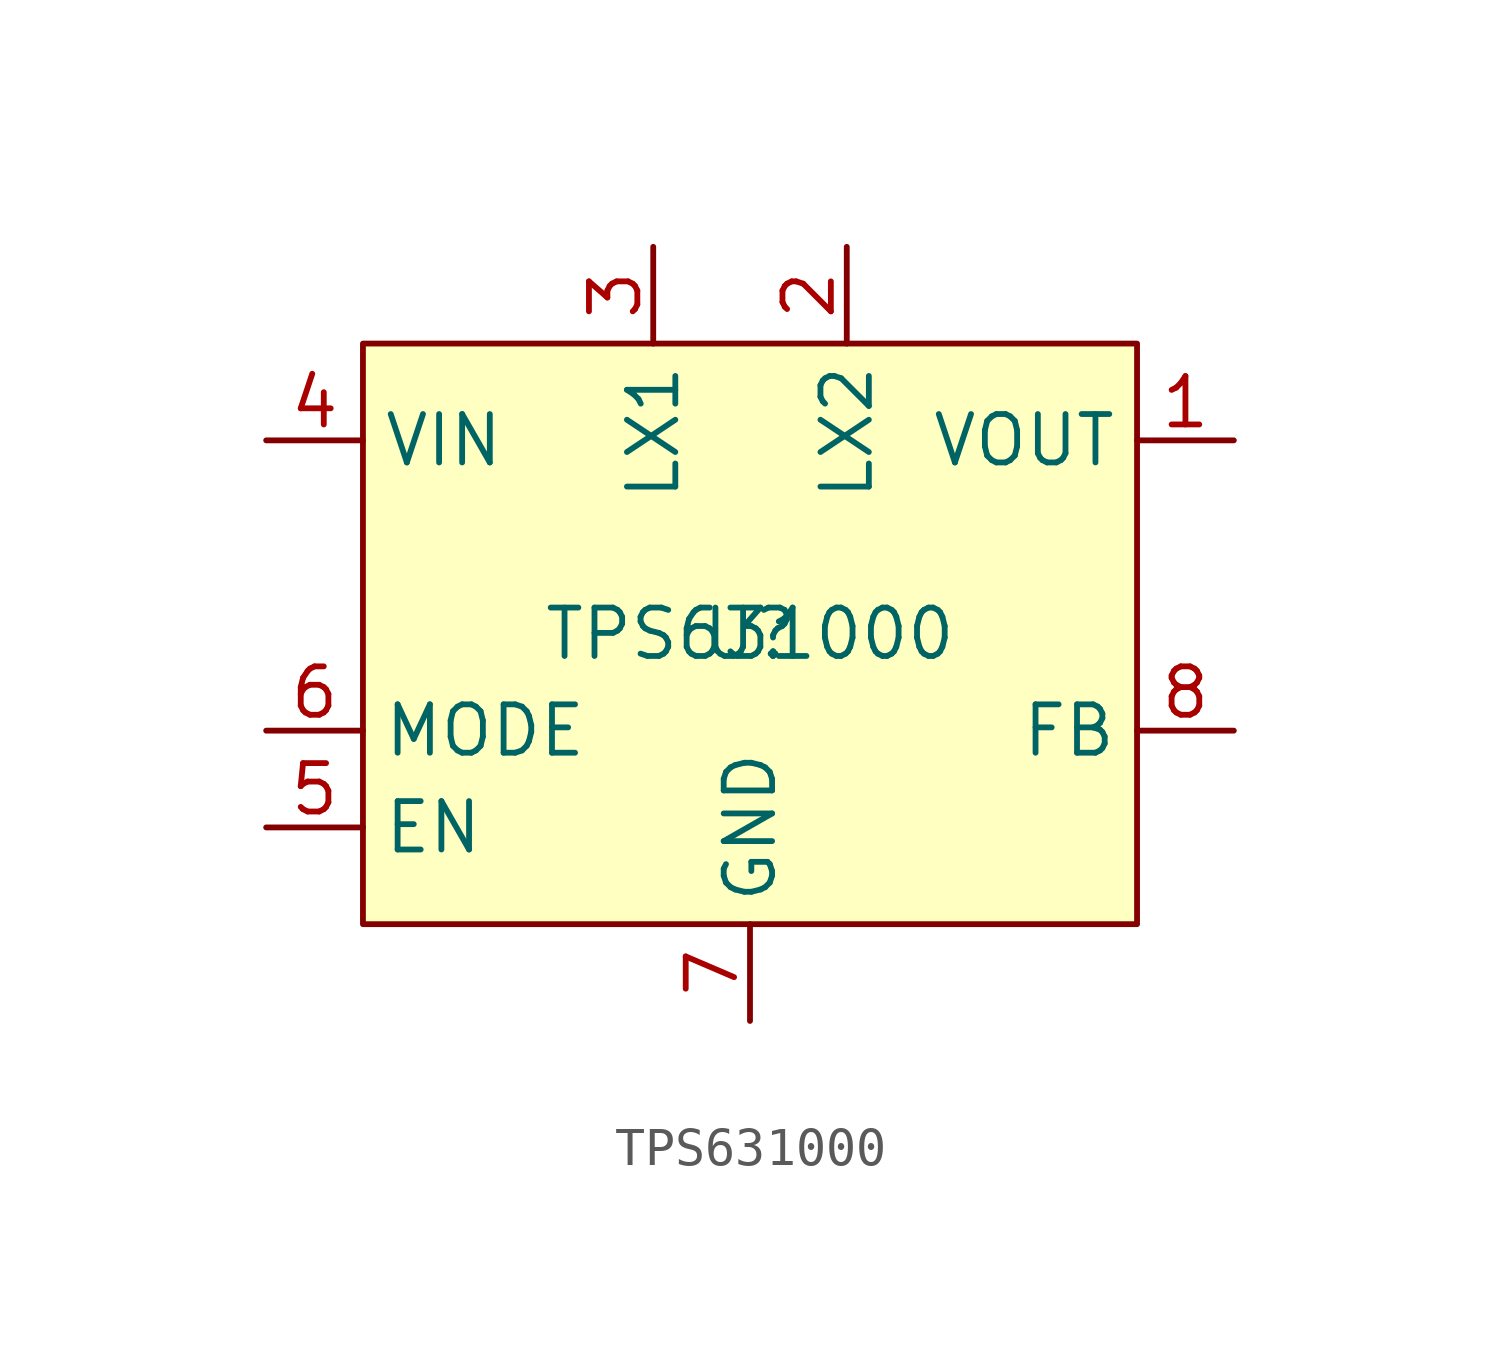
<source format=kicad_sym>
(kicad_symbol_lib
  (version 20241209)
  (generator "kicad_symbol_editor")
  (generator_version "9.0")
  (symbol "TPS631000"
    (property "Reference" "U"
      (at 0 0 0)
      (effects (font (size 1.27 1.27))))
    (property "Value" "TPS631000"
      (at 0 0 0)
      (effects (font (size 1.27 1.27))))
    (symbol "TPS631000_1_1"
      (rectangle (start -10.16 7.62) (end 10.16 -7.62) (stroke (width 0) (type solid)) (fill (type background)))
      (pin power_in line (at -12.7 5.08 0) (length 2.54) (name "VIN" (effects (font (size 1.27 1.27)))) (number "4" (effects (font (size 1.27 1.27)))))
      (pin input line (at -12.7 -2.54 0) (length 2.54) (name "MODE" (effects (font (size 1.27 1.27)))) (number "6" (effects (font (size 1.27 1.27)))))
      (pin input line (at -12.7 -5.08 0) (length 2.54) (name "EN" (effects (font (size 1.27 1.27)))) (number "5" (effects (font (size 1.27 1.27)))))
      (pin power_out line (at -2.54 10.16 270) (length 2.54) (name "LX1" (effects (font (size 1.27 1.27)))) (number "3" (effects (font (size 1.27 1.27)))))
      (pin power_in line (at 0 -10.16 90) (length 2.54) (name "GND" (effects (font (size 1.27 1.27)))) (number "7" (effects (font (size 1.27 1.27)))))
      (pin power_out line (at 2.54 10.16 270) (length 2.54) (name "LX2" (effects (font (size 1.27 1.27)))) (number "2" (effects (font (size 1.27 1.27)))))
      (pin power_out line (at 12.7 5.08 180) (length 2.54) (name "VOUT" (effects (font (size 1.27 1.27)))) (number "1" (effects (font (size 1.27 1.27)))))
      (pin input line (at 12.7 -2.54 180) (length 2.54) (name "FB" (effects (font (size 1.27 1.27)))) (number "8" (effects (font (size 1.27 1.27))))))))
</source>
